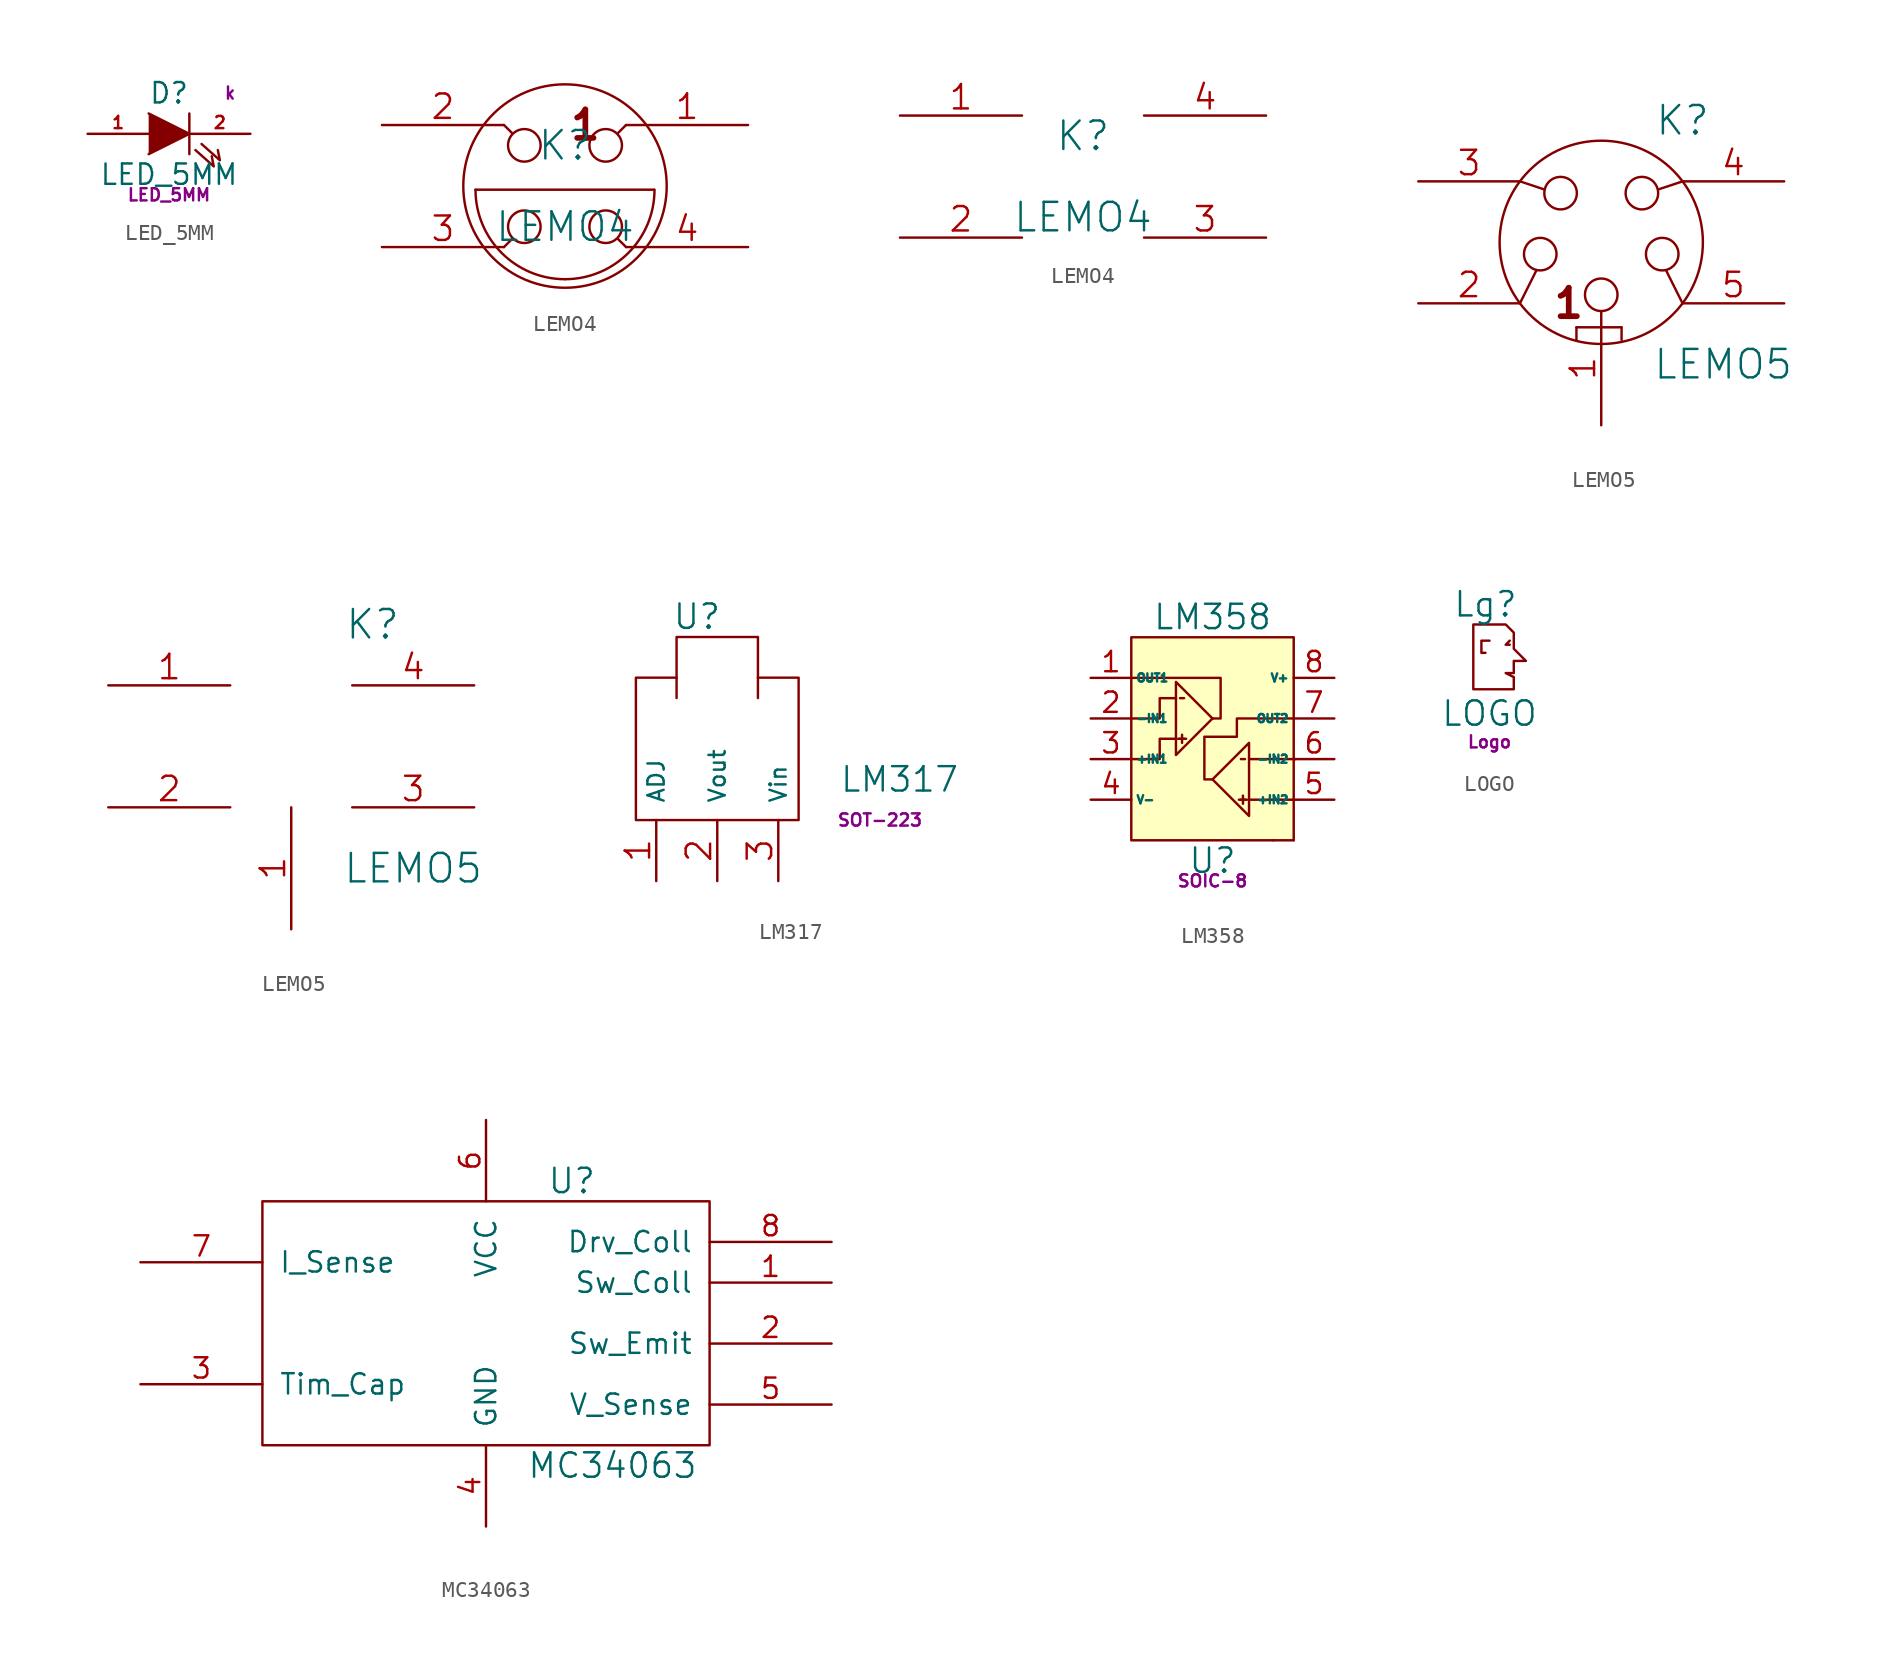
<source format=kicad_sym>
(kicad_symbol_lib
  (version 20220914)
  (generator kicad_symbol_editor)
  (symbol "LED_5MM"
    (pin_names
      (offset 1.016) hide)
    (property "Reference" "D"
      (at 0 2.54 0)
      (effects (font (size 1.27 1.27))))
    (property "Value" "LED_5MM"
      (at 0 -2.54 0)
      (effects (font (size 1.27 1.27))))
    (property "Footprint" "LED_5MM"
      (at 0 -3.81 0)
      (effects (font (size 0.762 0.762))))
    (property "Datasheet" ""
      (at 0 0 0)
      (effects (font (size 1.524 1.524))))
    (property "Field4" "k"
      (at 3.81 2.54 0)
      (effects (font (size 0.762 0.762))))
    (symbol "LED_5MM_0_1"
      (polyline (pts (xy 1.27 1.27) (xy 1.27 -1.27)) (stroke (width 0) (type default)) (fill (type none)))
      (polyline (pts (xy -1.27 1.27) (xy 1.27 0) (xy -1.27 -1.27)) (stroke (width 0) (type default)) (fill (type outline)))
      (polyline (pts (xy 1.651 -1.016) (xy 2.794 -2.032) (xy 2.667 -1.397)) (stroke (width 0) (type default)) (fill (type none)))
      (polyline (pts (xy 2.032 -0.635) (xy 3.175 -1.651) (xy 3.048 -1.016)) (stroke (width 0) (type default)) (fill (type none))))
    (symbol "LED_5MM_1_1"
      (pin passive line (at -5.08 0 0) (length 3.81) (name "A" (effects (font (size 1.016 1.016)))) (number "1" (effects (font (size 0.762 0.762)))))
      (pin passive line (at 5.08 0 180) (length 3.81) (name "K" (effects (font (size 1.016 1.016)))) (number "2" (effects (font (size 0.762 0.762)))))))
  (symbol "LEMO4"
    (pin_names
      (offset 1.016) hide)
    (property "Reference" "K"
      (at 0 2.54 0)
      (effects (font (size 1.778 1.778))))
    (property "Value" "LEMO4"
      (at 0 -2.54 0)
      (effects (font (size 1.778 1.778))))
    (property "Footprint" ""
      (at 0 0 0)
      (effects (font (size 1.524 1.524))))
    (property "Datasheet" ""
      (at 0 0 0)
      (effects (font (size 1.524 1.524))))
    (symbol "LEMO4_0_1"
      (arc (start -5.588 -0.2286) (mid -3.9513 -4.1799) (end 0 -5.8166) (stroke (width 0) (type default)) (fill (type none)))
      (circle (center -2.54 -2.54) (radius 1.016) (stroke (width 0) (type default)) (fill (type none)))
      (circle (center -2.54 2.54) (radius 1.016) (stroke (width 0) (type default)) (fill (type none)))
      (arc (start 0 -5.8166) (mid 3.9513 -4.1799) (end 5.588 -0.2286) (stroke (width 0) (type default)) (fill (type none)))
      (polyline (pts (xy -5.588 -0.229) (xy 5.563 -0.229)) (stroke (width 0) (type default)) (fill (type none)))
      (polyline (pts (xy -3.81 -3.81) (xy -3.302 -3.302)) (stroke (width 0) (type default)) (fill (type none)))
      (polyline (pts (xy -3.81 3.81) (xy -3.302 3.302)) (stroke (width 0) (type default)) (fill (type none)))
      (polyline (pts (xy 3.81 -3.81) (xy 3.302 -3.302)) (stroke (width 0) (type default)) (fill (type none)))
      (polyline (pts (xy 3.81 3.81) (xy 3.302 3.302)) (stroke (width 0) (type default)) (fill (type none)))
      (circle (center 0 0) (radius 6.35) (stroke (width 0) (type default)) (fill (type none)))
      (circle (center 2.54 -2.54) (radius 1.016) (stroke (width 0) (type default)) (fill (type none)))
      (circle (center 2.54 2.54) (radius 1.016) (stroke (width 0) (type default)) (fill (type none)))
      (text "1" (at 1.27 3.81 0) (effects (font (size 1.778 1.778) bold))))
    (symbol "LEMO4_1_1"
      (pin bidirectional line (at 11.43 3.81 180) (length 7.62) (name "~" (effects (font (size 1.524 1.524)))) (number "1" (effects (font (size 1.524 1.524)))))
      (pin bidirectional line (at -11.43 3.81 0) (length 7.62) (name "~" (effects (font (size 1.524 1.524)))) (number "2" (effects (font (size 1.524 1.524)))))
      (pin bidirectional line (at -11.43 -3.81 0) (length 7.62) (name "~" (effects (font (size 1.524 1.524)))) (number "3" (effects (font (size 1.524 1.524)))))
      (pin bidirectional line (at 11.43 -3.81 180) (length 7.62) (name "~" (effects (font (size 1.524 1.524)))) (number "4" (effects (font (size 1.524 1.524))))))
    (symbol "LEMO4_1_2"
      (pin bidirectional line (at -11.43 3.81 0) (length 7.62) (name "~" (effects (font (size 1.524 1.524)))) (number "1" (effects (font (size 1.524 1.524)))))
      (pin bidirectional line (at -11.43 -3.81 0) (length 7.62) (name "~" (effects (font (size 1.524 1.524)))) (number "2" (effects (font (size 1.524 1.524)))))
      (pin bidirectional line (at 11.43 -3.81 180) (length 7.62) (name "~" (effects (font (size 1.524 1.524)))) (number "3" (effects (font (size 1.524 1.524)))))
      (pin bidirectional line (at 11.43 3.81 180) (length 7.62) (name "~" (effects (font (size 1.524 1.524)))) (number "4" (effects (font (size 1.524 1.524)))))))
  (symbol "LEMO5"
    (pin_names
      (offset 1.016) hide)
    (property "Reference" "K"
      (at 5.08 7.62 0)
      (effects (font (size 1.778 1.778))))
    (property "Value" "LEMO5"
      (at 7.62 -7.62 0)
      (effects (font (size 1.778 1.778))))
    (property "Footprint" ""
      (at 0 0 0)
      (effects (font (size 1.524 1.524))))
    (property "Datasheet" ""
      (at 0 0 0)
      (effects (font (size 1.524 1.524))))
    (symbol "LEMO5_0_1"
      (circle (center -3.81 -0.737) (radius 1.016) (stroke (width 0) (type default)) (fill (type none)))
      (circle (center -2.54 3.073) (radius 1.016) (stroke (width 0) (type default)) (fill (type none)))
      (circle (center 0 -3.277) (radius 1.016) (stroke (width 0) (type default)) (fill (type none)))
      (polyline (pts (xy -5.08 -3.81) (xy -4.064 -1.778)) (stroke (width 0) (type default)) (fill (type none)))
      (polyline (pts (xy -5.08 3.81) (xy -3.556 3.302)) (stroke (width 0) (type default)) (fill (type none)))
      (polyline (pts (xy -1.549 -6.096) (xy -1.549 -5.309)) (stroke (width 0) (type default)) (fill (type none)))
      (polyline (pts (xy -1.549 -5.309) (xy 1.27 -5.309)) (stroke (width 0) (type default)) (fill (type none)))
      (polyline (pts (xy 1.27 -5.309) (xy 1.27 -6.096)) (stroke (width 0) (type default)) (fill (type none)))
      (polyline (pts (xy 5.08 -3.81) (xy 4.064 -1.778)) (stroke (width 0) (type default)) (fill (type none)))
      (polyline (pts (xy 5.08 3.81) (xy 3.556 3.302)) (stroke (width 0) (type default)) (fill (type none)))
      (circle (center 0 0) (radius 6.35) (stroke (width 0) (type default)) (fill (type none)))
      (circle (center 2.54 3.073) (radius 1.016) (stroke (width 0) (type default)) (fill (type none)))
      (circle (center 3.81 -0.737) (radius 1.016) (stroke (width 0) (type default)) (fill (type none)))
      (text "1" (at -2.032 -3.81 0) (effects (font (size 1.778 1.778) bold))))
    (symbol "LEMO5_1_1"
      (pin bidirectional line (at 0 -11.43 90) (length 7.112) (name "~" (effects (font (size 1.524 1.524)))) (number "1" (effects (font (size 1.524 1.524)))))
      (pin bidirectional line (at -11.43 -3.81 0) (length 6.35) (name "~" (effects (font (size 1.524 1.524)))) (number "2" (effects (font (size 1.524 1.524)))))
      (pin bidirectional line (at -11.43 3.81 0) (length 6.35) (name "~" (effects (font (size 1.524 1.524)))) (number "3" (effects (font (size 1.524 1.524)))))
      (pin bidirectional line (at 11.43 3.81 180) (length 6.35) (name "~" (effects (font (size 1.524 1.524)))) (number "4" (effects (font (size 1.524 1.524)))))
      (pin bidirectional line (at 11.43 -3.81 180) (length 6.35) (name "~" (effects (font (size 1.524 1.524)))) (number "5" (effects (font (size 1.524 1.524))))))
    (symbol "LEMO5_1_2"
      (pin bidirectional line (at -11.43 3.81 0) (length 7.62) (name "~" (effects (font (size 1.524 1.524)))) (number "1" (effects (font (size 1.524 1.524)))))
      (pin bidirectional line (at 0 -11.43 90) (length 7.62) (name "~" (effects (font (size 1.524 1.524)))) (number "1" (effects (font (size 1.524 1.524)))))
      (pin bidirectional line (at -11.43 -3.81 0) (length 7.62) (name "~" (effects (font (size 1.524 1.524)))) (number "2" (effects (font (size 1.524 1.524)))))
      (pin bidirectional line (at 11.43 -3.81 180) (length 7.62) (name "~" (effects (font (size 1.524 1.524)))) (number "3" (effects (font (size 1.524 1.524)))))
      (pin bidirectional line (at 11.43 3.81 180) (length 7.62) (name "~" (effects (font (size 1.524 1.524)))) (number "4" (effects (font (size 1.524 1.524)))))))
  (symbol "LM317"
    (pin_names
      (offset 1.016))
    (property "Reference" "U"
      (at -1.27 7.62 0)
      (effects (font (size 1.524 1.524))))
    (property "Value" "LM317"
      (at 7.62 -2.54 0)
      (effects (font (size 1.524 1.524)) (justify left)))
    (property "Footprint" "SOT-223"
      (at 10.16 -5.08 0)
      (effects (font (size 0.762 0.762))))
    (property "Datasheet" ""
      (at 0 0 0)
      (effects (font (size 1.524 1.524))))
    (symbol "LM317_0_1"
      (polyline (pts (xy -2.54 2.54) (xy -2.54 6.35) (xy 2.54 6.35) (xy 2.54 2.54) (xy 2.54 2.54)) (stroke (width 0) (type default)) (fill (type none)))
      (polyline (pts (xy -2.54 3.81) (xy -5.08 3.81) (xy -5.08 -5.08) (xy 5.08 -5.08) (xy 5.08 3.81) (xy 2.54 3.81) (xy 2.54 3.81)) (stroke (width 0) (type default)) (fill (type none))))
    (symbol "LM317_1_1"
      (pin input line (at -3.81 -8.89 90) (length 3.81) (name "ADJ" (effects (font (size 1.016 1.016)))) (number "1" (effects (font (size 1.524 1.524)))))
      (pin input line (at 0 -8.89 90) (length 3.81) (name "Vout" (effects (font (size 1.016 1.016)))) (number "2" (effects (font (size 1.524 1.524)))))
      (pin power_out line (at 3.81 -8.89 90) (length 3.81) (name "Vin" (effects (font (size 1.016 1.016)))) (number "3" (effects (font (size 1.524 1.524)))))))
  (symbol "LM358"
    (pin_names
      (offset 0.254))
    (property "Reference" "U"
      (at 0 -7.62 0)
      (effects (font (size 1.524 1.524))))
    (property "Value" "LM358"
      (at 0 7.62 0)
      (effects (font (size 1.524 1.524))))
    (property "Footprint" "SOIC-8"
      (at 0 -8.89 0)
      (effects (font (size 0.762 0.762))))
    (property "Datasheet" ""
      (at 0 0 0)
      (effects (font (size 1.524 1.524))))
    (symbol "LM358_0_1"
      (rectangle (start -5.08 6.35) (end 5.08 -6.35) (stroke (width 0) (type default)) (fill (type background)))
      (polyline (pts (xy -2.032 0) (xy -2.159 0)) (stroke (width 0) (type default)) (fill (type none)))
      (polyline (pts (xy -2.032 0) (xy -1.778 0)) (stroke (width 0) (type default)) (fill (type none)))
      (polyline (pts (xy -2.032 2.54) (xy -1.778 2.54)) (stroke (width 0) (type default)) (fill (type none)))
      (polyline (pts (xy -1.905 0.254) (xy -1.905 -0.254)) (stroke (width 0) (type default)) (fill (type none)))
      (polyline (pts (xy -1.778 0) (xy -1.651 0)) (stroke (width 0) (type default)) (fill (type none)))
      (polyline (pts (xy 0 -2.54) (xy 0 -2.54)) (stroke (width 0) (type default)) (fill (type none)))
      (polyline (pts (xy 0 1.27) (xy 0 1.27)) (stroke (width 0) (type default)) (fill (type none)))
      (polyline (pts (xy 1.778 -3.81) (xy 1.651 -3.81)) (stroke (width 0) (type default)) (fill (type none)))
      (polyline (pts (xy 1.905 -3.556) (xy 1.905 -4.064)) (stroke (width 0) (type default)) (fill (type none)))
      (polyline (pts (xy 2.032 -3.81) (xy 1.778 -3.81)) (stroke (width 0) (type default)) (fill (type none)))
      (polyline (pts (xy 2.032 -3.81) (xy 2.159 -3.81)) (stroke (width 0) (type default)) (fill (type none)))
      (polyline (pts (xy 2.032 -1.27) (xy 1.778 -1.27)) (stroke (width 0) (type default)) (fill (type none)))
      (polyline (pts (xy 5.08 -3.81) (xy 2.286 -3.81)) (stroke (width 0) (type default)) (fill (type none)))
      (polyline (pts (xy 5.207 -1.27) (xy 2.286 -1.27)) (stroke (width 0) (type default)) (fill (type none)))
      (polyline (pts (xy -5.08 -1.27) (xy -3.302 -1.27) (xy -3.302 0) (xy -2.286 0)) (stroke (width 0) (type default)) (fill (type none)))
      (polyline (pts (xy -5.08 1.27) (xy -3.302 1.27) (xy -3.302 2.54) (xy -2.286 2.54)) (stroke (width 0) (type default)) (fill (type none)))
      (polyline (pts (xy -5.08 3.81) (xy 0.508 3.81) (xy 0.508 1.27) (xy 0 1.27)) (stroke (width 0) (type default)) (fill (type none)))
      (polyline (pts (xy 0 -2.54) (xy 2.286 -0.254) (xy 2.286 -4.826) (xy 0 -2.54)) (stroke (width 0) (type default)) (fill (type none)))
      (polyline (pts (xy 0 1.27) (xy -2.286 3.556) (xy -2.286 -1.016) (xy 0 1.27)) (stroke (width 0) (type default)) (fill (type none)))
      (polyline (pts (xy 5.08 1.27) (xy 1.524 1.27) (xy 1.524 0.127) (xy -0.508 0.127) (xy -0.508 -2.54) (xy 0 -2.54)) (stroke (width 0) (type default)) (fill (type none)))
      (rectangle (start 3.81 -6.35) (end 3.81 -6.35) (stroke (width 0) (type default)) (fill (type none)))
      (rectangle (start 5.08 -6.35) (end 5.08 -6.35) (stroke (width 0) (type default)) (fill (type none))))
    (symbol "LM358_1_1"
      (pin input line (at -7.62 3.81 0) (length 2.54) (name "OUT1" (effects (font (size 0.508 0.508)))) (number "1" (effects (font (size 1.27 1.27)))))
      (pin passive line (at -7.62 1.27 0) (length 2.54) (name "-IN1" (effects (font (size 0.508 0.508)))) (number "2" (effects (font (size 1.27 1.27)))))
      (pin input line (at -7.62 -1.27 0) (length 2.54) (name "+IN1" (effects (font (size 0.508 0.508)))) (number "3" (effects (font (size 1.27 1.27)))))
      (pin input line (at -7.62 -3.81 0) (length 2.54) (name "V-" (effects (font (size 0.508 0.508)))) (number "4" (effects (font (size 1.27 1.27)))))
      (pin input line (at 7.62 -3.81 180) (length 2.54) (name "+IN2" (effects (font (size 0.508 0.508)))) (number "5" (effects (font (size 1.27 1.27)))))
      (pin input line (at 7.62 -1.27 180) (length 2.54) (name "-IN2" (effects (font (size 0.508 0.508)))) (number "6" (effects (font (size 1.27 1.27)))))
      (pin input line (at 7.62 1.27 180) (length 2.54) (name "OUT2" (effects (font (size 0.508 0.508)))) (number "7" (effects (font (size 1.27 1.27)))))
      (pin input line (at 7.62 3.81 180) (length 2.54) (name "V+" (effects (font (size 0.508 0.508)))) (number "8" (effects (font (size 1.27 1.27)))))))
  (symbol "LOGO"
    (pin_names
      (offset 1.016))
    (property "Reference" "Lg"
      (at 0 5.334 0)
      (effects (font (size 1.524 1.524))))
    (property "Value" "LOGO"
      (at 0.254 -1.524 0)
      (effects (font (size 1.524 1.524))))
    (property "Footprint" "Logo"
      (at 0.254 -3.302 0)
      (effects (font (size 0.762 0.762))))
    (property "Datasheet" ""
      (at 0 0 0)
      (effects (font (size 1.524 1.524))))
    (symbol "LOGO_0_1"
      (polyline (pts (xy 1.524 3.048) (xy 1.27 2.794) (xy 1.524 2.794) (xy 1.524 2.794)) (stroke (width 0) (type default)) (fill (type none)))
      (polyline (pts (xy 0.254 3.048) (xy -0.254 3.048) (xy -0.254 2.286) (xy 0 2.286) (xy 0 2.286)) (stroke (width 0) (type default)) (fill (type none)))
      (polyline (pts (xy -0.762 4.064) (xy 1.27 4.064) (xy 1.778 3.556) (xy 1.778 2.54) (xy 2.54 1.778) (xy 1.778 1.778) (xy 1.778 1.016) (xy 1.27 1.016) (xy 1.778 0.762) (xy 1.778 0) (xy 1.016 0) (xy -0.762 0) (xy -0.762 4.064) (xy -0.762 4.064)) (stroke (width 0) (type default)) (fill (type none)))))
  (symbol "MC34063"
    (pin_names
      (offset 1.016))
    (property "Reference" "U"
      (at 3.81 8.89 0)
      (effects (font (size 1.524 1.524)) (justify left)))
    (property "Value" "MC34063"
      (at 2.54 -8.89 0)
      (effects (font (size 1.524 1.524)) (justify left)))
    (property "Footprint" ""
      (at 0 0 0)
      (effects (font (size 1.524 1.524))))
    (property "Datasheet" ""
      (at 0 0 0)
      (effects (font (size 1.524 1.524))))
    (symbol "MC34063_0_1"
      (rectangle (start 13.97 7.62) (end -13.97 -7.62) (stroke (width 0) (type default)) (fill (type none))))
    (symbol "MC34063_1_1"
      (pin input line (at 21.59 2.54 180) (length 7.62) (name "Sw_Coll" (effects (font (size 1.27 1.27)))) (number "1" (effects (font (size 1.27 1.27)))))
      (pin input line (at 21.59 -1.27 180) (length 7.62) (name "Sw_Emit" (effects (font (size 1.27 1.27)))) (number "2" (effects (font (size 1.27 1.27)))))
      (pin input line (at -21.59 -3.81 0) (length 7.62) (name "Tim_Cap" (effects (font (size 1.27 1.27)))) (number "3" (effects (font (size 1.27 1.27)))))
      (pin power_in line (at 0 -12.7 90) (length 5.08) (name "GND" (effects (font (size 1.27 1.27)))) (number "4" (effects (font (size 1.27 1.27)))))
      (pin input line (at 21.59 -5.08 180) (length 7.62) (name "V_Sense" (effects (font (size 1.27 1.27)))) (number "5" (effects (font (size 1.27 1.27)))))
      (pin power_in line (at 0 12.7 270) (length 5.08) (name "VCC" (effects (font (size 1.27 1.27)))) (number "6" (effects (font (size 1.27 1.27)))))
      (pin input line (at -21.59 3.81 0) (length 7.62) (name "I_Sense" (effects (font (size 1.27 1.27)))) (number "7" (effects (font (size 1.27 1.27)))))
      (pin input line (at 21.59 5.08 180) (length 7.62) (name "Drv_Coll" (effects (font (size 1.27 1.27)))) (number "8" (effects (font (size 1.27 1.27))))))))
</source>
